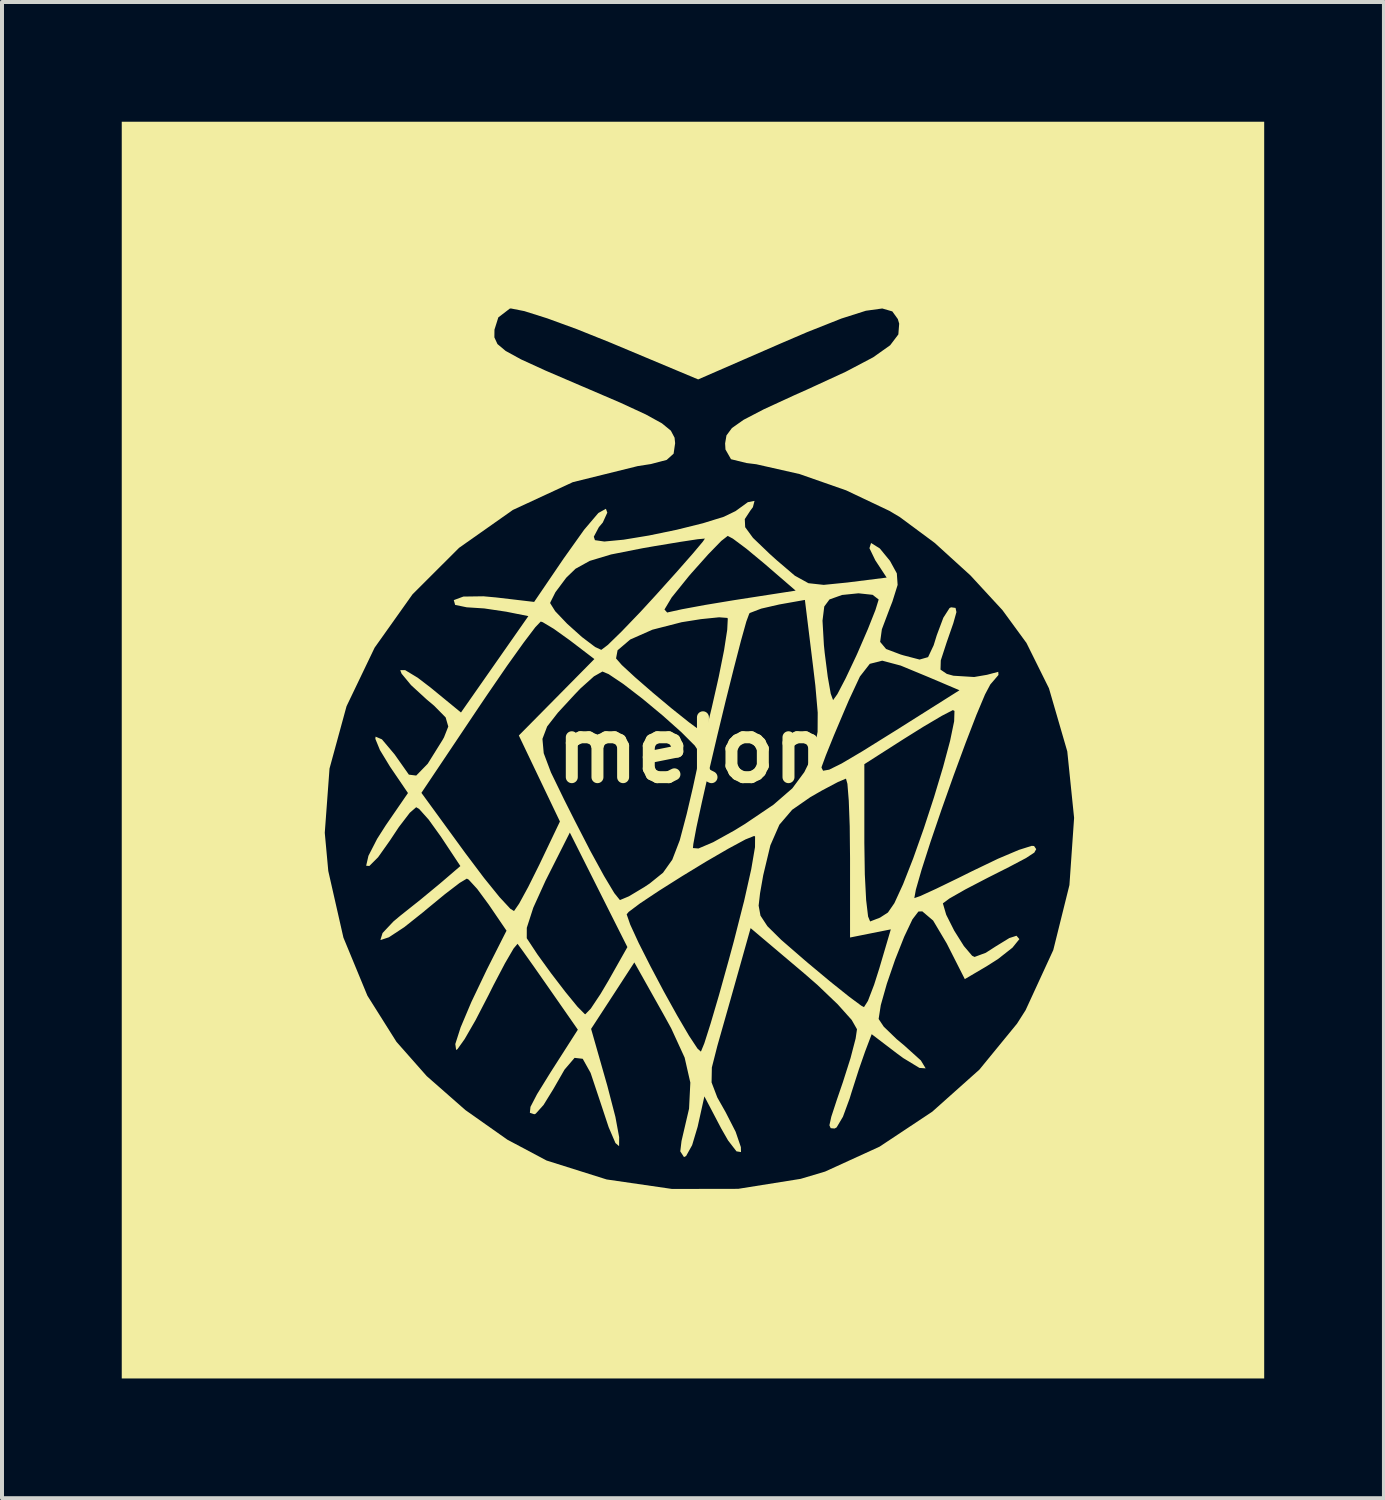
<source format=kicad_pcb>
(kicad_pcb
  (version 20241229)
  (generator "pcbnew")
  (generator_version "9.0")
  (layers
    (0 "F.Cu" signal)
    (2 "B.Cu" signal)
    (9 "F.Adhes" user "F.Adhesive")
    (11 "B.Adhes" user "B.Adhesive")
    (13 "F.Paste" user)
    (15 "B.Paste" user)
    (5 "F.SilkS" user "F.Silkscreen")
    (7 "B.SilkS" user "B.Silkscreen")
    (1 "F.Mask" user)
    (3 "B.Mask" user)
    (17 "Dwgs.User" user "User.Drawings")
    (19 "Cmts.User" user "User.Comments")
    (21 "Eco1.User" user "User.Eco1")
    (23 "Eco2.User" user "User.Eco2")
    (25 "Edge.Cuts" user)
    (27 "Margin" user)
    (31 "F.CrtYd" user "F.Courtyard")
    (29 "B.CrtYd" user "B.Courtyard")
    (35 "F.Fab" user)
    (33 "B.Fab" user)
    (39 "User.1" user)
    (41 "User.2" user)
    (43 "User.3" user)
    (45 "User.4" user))
  (footprint "melon"
    (layer "F.Cu")
    (at 14.31 15.741)
    (property "Reference" "melon" (at 0 0 0) (layer "F.SilkS") (effects (font (size 1.5 1.5) (thickness 0.3))))
    (attr board_only exclude_from_pos_files exclude_from_bom)
    (fp_poly (pts (xy 14.31 0) (xy 14.31 15.741) (xy 0 15.741) (xy -14.31 15.741) (xy -14.31 2.072) (xy -9.224 2.072) (xy -9.136 3.029) (xy -8.757 4.697) (xy -8.156 6.152) (xy -7.427 7.31) (xy -6.67 8.167) (xy -5.701 9.018) (xy -4.649 9.76) (xy -3.667 10.282) (xy -2.163 10.756) (xy -0.525 10.994) (xy 1.133 10.991) (xy 2.698 10.741) (xy 3.309 10.559) (xy 4.674 9.935) (xy 5.994 9.059) (xy 7.174 8.006) (xy 8.118 6.853) (xy 8.333 6.515) (xy 9.026 5.01) (xy 9.431 3.381) (xy 9.548 1.699) (xy 9.377 0.032) (xy 8.918 -1.548) (xy 8.355 -2.683) (xy 7.754 -3.505) (xy 6.95 -4.377) (xy 6.056 -5.19) (xy 5.184 -5.836) (xy 4.923 -5.992) (xy 3.837 -6.507) (xy 2.671 -6.915) (xy 1.585 -7.161) (xy 1.342 -7.191) (xy 0.953 -7.287) (xy 0.814 -7.531) (xy 0.805 -7.683) (xy 0.839 -7.883) (xy 0.977 -8.069) (xy 1.27 -8.275) (xy 1.773 -8.537) (xy 2.537 -8.889) (xy 2.843 -9.025) (xy 3.827 -9.478) (xy 4.514 -9.84) (xy 4.94 -10.142) (xy 5.145 -10.413) (xy 5.166 -10.683) (xy 5.132 -10.798) (xy 4.994 -10.99) (xy 4.742 -11.063) (xy 4.331 -11.006) (xy 3.718 -10.811) (xy 2.856 -10.469) (xy 2.201 -10.188) (xy 0.13 -9.286) (xy -2.062 -10.205) (xy -2.904 -10.543) (xy -3.648 -10.815) (xy -4.224 -10.997) (xy -4.558 -11.063) (xy -4.587 -11.061) (xy -4.876 -10.84) (xy -4.973 -10.532) (xy -4.975 -10.339) (xy -4.898 -10.172) (xy -4.692 -9.999) (xy -4.307 -9.788) (xy -3.693 -9.507) (xy -2.801 -9.124) (xy -2.737 -9.097) (xy -1.819 -8.703) (xy -1.183 -8.409) (xy -0.778 -8.186) (xy -0.554 -8.002) (xy -0.461 -7.826) (xy -0.447 -7.688) (xy -0.485 -7.426) (xy -0.658 -7.27) (xy -1.053 -7.166) (xy -1.386 -7.114) (xy -3.01 -6.712) (xy -4.512 -6.016) (xy -5.861 -5.066) (xy -7.026 -3.902) (xy -7.975 -2.566) (xy -8.679 -1.098) (xy -9.105 0.462) (xy -9.224 2.072) (xy -14.31 2.072) (xy -14.31 0) (xy -14.31 -15.741) (xy 0 -15.741) (xy 14.31 -15.741)) (stroke (width 0) (type solid)) (fill yes) (layer "F.SilkS"))
    (fp_poly (pts (xy 1.501 -6.085) (xy 1.436 -5.998) (xy 1.298 -5.787) (xy 1.308 -5.584) (xy 1.503 -5.317) (xy 1.923 -4.914) (xy 2.102 -4.753) (xy 2.552 -4.369) (xy 2.892 -4.181) (xy 3.276 -4.139) (xy 3.854 -4.197) (xy 3.857 -4.197) (xy 4.852 -4.322) (xy 4.568 -4.754) (xy 4.421 -5.058) (xy 4.461 -5.187) (xy 4.464 -5.187) (xy 4.68 -5.052) (xy 4.935 -4.741) (xy 5.107 -4.427) (xy 5.127 -4.138) (xy 4.996 -3.72) (xy 4.939 -3.575) (xy 4.732 -3.026) (xy 4.689 -2.711) (xy 4.837 -2.533) (xy 5.202 -2.395) (xy 5.275 -2.373) (xy 5.677 -2.268) (xy 5.89 -2.329) (xy 6.03 -2.627) (xy 6.108 -2.879) (xy 6.272 -3.316) (xy 6.428 -3.559) (xy 6.468 -3.577) (xy 6.578 -3.562) (xy 6.6 -3.457) (xy 6.522 -3.178) (xy 6.358 -2.707) (xy 6.208 -2.247) (xy 6.201 -2.016) (xy 6.359 -1.909) (xy 6.524 -1.863) (xy 7.044 -1.831) (xy 7.366 -1.886) (xy 7.648 -1.961) (xy 7.653 -1.882) (xy 7.449 -1.644) (xy 7.316 -1.393) (xy 7.1 -0.879) (xy 6.829 -0.176) (xy 6.529 0.638) (xy 6.227 1.489) (xy 5.951 2.299) (xy 5.728 2.994) (xy 5.584 3.495) (xy 5.545 3.708) (xy 5.693 3.657) (xy 6.088 3.476) (xy 6.661 3.198) (xy 6.995 3.032) (xy 7.643 2.721) (xy 8.165 2.5) (xy 8.485 2.399) (xy 8.545 2.403) (xy 8.599 2.481) (xy 8.551 2.568) (xy 8.344 2.704) (xy 7.92 2.928) (xy 7.379 3.201) (xy 6.826 3.489) (xy 6.426 3.717) (xy 6.261 3.839) (xy 6.261 3.842) (xy 6.344 4.125) (xy 6.545 4.524) (xy 6.787 4.909) (xy 6.993 5.152) (xy 7.054 5.182) (xy 7.335 5.078) (xy 7.592 4.913) (xy 7.925 4.709) (xy 8.105 4.651) (xy 8.177 4.735) (xy 8.003 4.95) (xy 7.642 5.234) (xy 7.354 5.417) (xy 6.81 5.737) (xy 6.356 4.842) (xy 6.016 4.27) (xy 5.745 4.04) (xy 5.648 4.044) (xy 5.498 4.24) (xy 5.291 4.677) (xy 5.064 5.25) (xy 4.856 5.855) (xy 4.705 6.389) (xy 4.651 6.736) (xy 4.779 6.928) (xy 5.103 7.241) (xy 5.289 7.396) (xy 5.709 7.775) (xy 5.829 7.973) (xy 5.674 7.962) (xy 5.267 7.715) (xy 5.112 7.601) (xy 4.477 7.117) (xy 4.313 7.549) (xy 4.156 8) (xy 3.97 8.581) (xy 3.924 8.731) (xy 3.757 9.185) (xy 3.599 9.452) (xy 3.549 9.48) (xy 3.45 9.472) (xy 3.418 9.399) (xy 3.465 9.186) (xy 3.605 8.758) (xy 3.756 8.318) (xy 3.947 7.717) (xy 4.075 7.225) (xy 4.109 6.993) (xy 3.977 6.761) (xy 3.627 6.37) (xy 3.119 5.884) (xy 2.774 5.584) (xy 1.444 4.46) (xy 1.153 5.495) (xy 0.939 6.254) (xy 0.715 7.042) (xy 0.611 7.409) (xy 0.473 7.951) (xy 0.466 8.325) (xy 0.61 8.703) (xy 0.818 9.071) (xy 1.069 9.562) (xy 1.2 9.946) (xy 1.203 10.07) (xy 1.09 10.052) (xy 0.878 9.777) (xy 0.708 9.48) (xy 0.286 8.675) (xy 0.117 9.436) (xy -0.021 9.897) (xy -0.171 10.167) (xy -0.225 10.196) (xy -0.318 10.052) (xy -0.287 9.793) (xy -0.098 8.983) (xy -0.066 8.33) (xy -0.209 7.703) (xy -0.545 6.971) (xy -0.727 6.64) (xy -1.469 5.319) (xy -2.01 6.152) (xy -2.552 6.984) (xy -2.144 8.415) (xy -1.943 9.19) (xy -1.849 9.698) (xy -1.851 9.922) (xy -1.942 9.844) (xy -2.112 9.448) (xy -2.334 8.778) (xy -2.565 8.086) (xy -2.762 7.733) (xy -2.966 7.71) (xy -3.218 8.005) (xy -3.499 8.494) (xy -3.744 8.891) (xy -3.94 9.109) (xy -3.976 9.123) (xy -4.086 9.086) (xy -4.071 8.938) (xy -3.906 8.62) (xy -3.568 8.073) (xy -3.499 7.965) (xy -2.884 7.004) (xy -3.61 5.961) (xy -3.975 5.439) (xy -4.255 5.044) (xy -4.392 4.857) (xy -4.395 4.853) (xy -4.494 4.971) (xy -4.71 5.342) (xy -5.001 5.896) (xy -5.128 6.15) (xy -5.448 6.768) (xy -5.72 7.24) (xy -5.899 7.491) (xy -5.933 7.513) (xy -5.954 7.364) (xy -5.821 6.948) (xy -5.552 6.311) (xy -5.165 5.501) (xy -5.088 5.348) (xy -4.767 4.713) (xy -4.164 4.713) (xy -3.899 5.115) (xy -3.553 5.593) (xy -3.195 6.06) (xy -2.893 6.429) (xy -2.713 6.611) (xy -2.697 6.618) (xy -2.559 6.475) (xy -2.315 6.108) (xy -2.118 5.776) (xy -1.643 4.935) (xy -2.056 4.114) (xy -1.661 4.114) (xy -1.572 4.371) (xy -1.361 4.83) (xy -1.066 5.413) (xy -0.731 6.046) (xy -0.395 6.651) (xy -0.1 7.154) (xy 0.113 7.477) (xy 0.199 7.554) (xy 0.285 7.344) (xy 0.442 6.85) (xy 0.652 6.137) (xy 0.894 5.268) (xy 1.025 4.785) (xy 1.251 3.896) (xy 1.645 3.896) (xy 1.691 4.147) (xy 1.864 4.411) (xy 2.212 4.755) (xy 2.783 5.25) (xy 2.88 5.333) (xy 3.451 5.809) (xy 3.918 6.182) (xy 4.215 6.402) (xy 4.284 6.439) (xy 4.383 6.283) (xy 4.538 5.878) (xy 4.669 5.465) (xy 4.956 4.491) (xy 4.445 4.593) (xy 3.935 4.695) (xy 3.935 2.705) (xy 3.931 2.323) (xy 4.293 2.323) (xy 4.305 3.114) (xy 4.338 3.754) (xy 4.387 4.169) (xy 4.438 4.293) (xy 4.686 4.197) (xy 4.884 4.069) (xy 5.046 3.834) (xy 5.263 3.361) (xy 5.516 2.716) (xy 5.781 1.968) (xy 6.038 1.182) (xy 6.265 0.427) (xy 6.441 -0.23) (xy 6.543 -0.722) (xy 6.551 -0.981) (xy 6.511 -1.002) (xy 6.237 -0.86) (xy 5.77 -0.584) (xy 5.277 -0.276) (xy 4.293 0.353) (xy 4.293 2.323) (xy 3.931 2.323) (xy 3.927 1.91) (xy 3.903 1.266) (xy 3.869 0.845) (xy 3.833 0.715) (xy 3.633 0.799) (xy 3.233 1.011) (xy 2.943 1.177) (xy 2.485 1.495) (xy 2.165 1.869) (xy 1.939 2.386) (xy 1.76 3.134) (xy 1.68 3.589) (xy 1.645 3.896) (xy 1.251 3.896) (xy 1.281 3.781) (xy 1.46 2.983) (xy 1.554 2.431) (xy 1.556 2.167) (xy 1.535 2.15) (xy 1.315 2.238) (xy 0.887 2.469) (xy 0.33 2.792) (xy -0.276 3.161) (xy -0.854 3.526) (xy -1.326 3.84) (xy -1.611 4.054) (xy -1.661 4.114) (xy -2.056 4.114) (xy -2.364 3.501) (xy -3.085 2.066) (xy -3.695 3.275) (xy -4 3.947) (xy -4.163 4.452) (xy -4.164 4.713) (xy -4.767 4.713) (xy -4.671 4.524) (xy -5.115 3.872) (xy -5.406 3.477) (xy -5.619 3.245) (xy -5.666 3.22) (xy -5.846 3.328) (xy -6.217 3.612) (xy -6.703 4.012) (xy -6.742 4.046) (xy -7.231 4.435) (xy -7.617 4.689) (xy -7.822 4.757) (xy -7.829 4.752) (xy -7.776 4.582) (xy -7.503 4.292) (xy -7.332 4.149) (xy -6.823 3.744) (xy -6.35 3.353) (xy -6.271 3.286) (xy -5.827 2.905) (xy -6.315 2.168) (xy -6.621 1.742) (xy -6.859 1.476) (xy -6.934 1.431) (xy -7.094 1.57) (xy -7.368 1.928) (xy -7.592 2.266) (xy -7.888 2.684) (xy -8.107 2.903) (xy -8.187 2.897) (xy -8.13 2.648) (xy -7.912 2.223) (xy -7.697 1.886) (xy -7.14 1.076) (xy -7.143 1.071) (xy -6.803 1.071) (xy -5.699 2.586) (xy -5.235 3.202) (xy -4.845 3.684) (xy -4.576 3.974) (xy -4.483 4.032) (xy -4.355 3.846) (xy -4.127 3.428) (xy -3.852 2.876) (xy -3.333 1.789) (xy -3.848 0.712) (xy -4.322 -0.281) (xy -3.771 -0.281) (xy -3.739 0.078) (xy -3.558 0.56) (xy -3.226 1.243) (xy -2.959 1.773) (xy -2.569 2.53) (xy -2.228 3.153) (xy -1.971 3.582) (xy -1.832 3.755) (xy -1.827 3.756) (xy -1.605 3.663) (xy -1.218 3.431) (xy -1.083 3.341) (xy -0.75 3.072) (xy -0.518 2.745) (xy -0.406 2.454) (xy -0.001 2.454) (xy 0.137 2.465) (xy 0.505 2.308) (xy 1.035 2.014) (xy 1.3 1.852) (xy 2.018 1.367) (xy 2.489 0.958) (xy 2.79 0.551) (xy 2.844 0.441) (xy 3.22 0.441) (xy 3.26 0.517) (xy 3.413 0.49) (xy 3.724 0.336) (xy 4.239 0.032) (xy 5.003 -0.444) (xy 5.063 -0.481) (xy 6.676 -1.499) (xy 5.909 -1.825) (xy 5.204 -2.117) (xy 4.741 -2.24) (xy 4.43 -2.161) (xy 4.182 -1.843) (xy 3.906 -1.251) (xy 3.798 -0.999) (xy 3.53 -0.366) (xy 3.329 0.132) (xy 3.226 0.412) (xy 3.22 0.441) (xy 2.844 0.441) (xy 2.908 0.31) (xy 3.051 -0.076) (xy 3.122 -0.459) (xy 3.125 -0.938) (xy 3.066 -1.615) (xy 3.01 -2.086) (xy 2.868 -3.242) (xy 3.245 -3.242) (xy 3.28 -2.631) (xy 3.3 -2.435) (xy 3.376 -1.838) (xy 3.451 -1.413) (xy 3.51 -1.252) (xy 3.618 -1.403) (xy 3.825 -1.799) (xy 4.09 -2.36) (xy 4.122 -2.431) (xy 4.382 -3.032) (xy 4.571 -3.509) (xy 4.65 -3.765) (xy 4.651 -3.773) (xy 4.5 -3.89) (xy 4.146 -3.928) (xy 3.734 -3.886) (xy 3.42 -3.774) (xy 3.289 -3.597) (xy 3.245 -3.242) (xy 2.868 -3.242) (xy 2.804 -3.762) (xy 2.162 -3.648) (xy 1.709 -3.544) (xy 1.43 -3.437) (xy 1.411 -3.422) (xy 1.337 -3.221) (xy 1.203 -2.742) (xy 1.026 -2.058) (xy 0.821 -1.24) (xy 0.608 -0.36) (xy 0.403 0.512) (xy 0.224 1.302) (xy 0.086 1.939) (xy 0.009 2.352) (xy -0.001 2.454) (xy -0.406 2.454) (xy -0.331 2.259) (xy -0.156 1.597) (xy -0.001 0.934) (xy 0.114 0.401) (xy 0.17 0.097) (xy 0.171 0.076) (xy 0.044 -0.114) (xy -0.291 -0.449) (xy -0.754 -0.862) (xy -1.265 -1.287) (xy -1.745 -1.656) (xy -2.113 -1.903) (xy -2.268 -1.968) (xy -2.481 -1.847) (xy -2.821 -1.542) (xy -2.97 -1.386) (xy -3.386 -0.935) (xy -3.653 -0.592) (xy -3.771 -0.281) (xy -4.322 -0.281) (xy -4.362 -0.366) (xy -3.416 -1.323) (xy -2.47 -2.281) (xy -2.49 -2.296) (xy -1.927 -2.296) (xy -1.783 -2.131) (xy -1.449 -1.823) (xy -1.005 -1.437) (xy -0.529 -1.039) (xy -0.099 -0.696) (xy 0.205 -0.472) (xy 0.305 -0.424) (xy 0.359 -0.604) (xy 0.467 -1.048) (xy 0.608 -1.668) (xy 0.647 -1.843) (xy 0.779 -2.501) (xy 0.858 -3.013) (xy 0.872 -3.289) (xy 0.863 -3.311) (xy 0.655 -3.327) (xy 0.202 -3.281) (xy -0.283 -3.204) (xy -1.016 -3.016) (xy -1.572 -2.77) (xy -1.889 -2.5) (xy -1.927 -2.296) (xy -2.49 -2.296) (xy -3.086 -2.751) (xy -3.487 -3.038) (xy -3.764 -3.204) (xy -3.814 -3.22) (xy -3.949 -3.079) (xy -4.242 -2.692) (xy -4.656 -2.113) (xy -5.151 -1.392) (xy -5.366 -1.074) (xy -6.803 1.071) (xy -7.143 1.071) (xy -7.59 0.414) (xy -7.842 -0.001) (xy -7.957 -0.282) (xy -7.951 -0.337) (xy -7.792 -0.269) (xy -7.476 0.106) (xy -7.117 0.615) (xy -6.933 0.638) (xy -6.645 0.342) (xy -6.272 -0.256) (xy -6.237 -0.319) (xy -6.13 -0.59) (xy -6.196 -0.819) (xy -6.483 -1.11) (xy -6.674 -1.271) (xy -7.063 -1.628) (xy -7.3 -1.915) (xy -7.334 -2.002) (xy -7.212 -2.004) (xy -6.896 -1.813) (xy -6.573 -1.566) (xy -5.812 -0.942) (xy -4.968 -2.149) (xy -4.124 -3.356) (xy -4.678 -3.467) (xy -5.23 -3.549) (xy -5.667 -3.577) (xy -5.958 -3.637) (xy -5.97 -3.68) (xy -3.577 -3.68) (xy -3.452 -3.48) (xy -3.151 -3.164) (xy -2.781 -2.832) (xy -2.452 -2.583) (xy -2.297 -2.511) (xy -2.135 -2.633) (xy -1.792 -2.967) (xy -1.321 -3.457) (xy -1.261 -3.522) (xy -0.714 -3.522) (xy -0.646 -3.446) (xy -0.614 -3.454) (xy -0.278 -3.528) (xy 0.299 -3.635) (xy 1.005 -3.752) (xy 1.152 -3.775) (xy 2.572 -3.995) (xy 1.778 -4.68) (xy 1.334 -5.048) (xy 1 -5.297) (xy 0.871 -5.366) (xy 0.709 -5.24) (xy 0.384 -4.906) (xy -0.037 -4.434) (xy -0.101 -4.36) (xy -0.534 -3.823) (xy -0.714 -3.522) (xy -1.261 -3.522) (xy -0.924 -3.889) (xy -0.41 -4.461) (xy -0.004 -4.923) (xy 0.245 -5.219) (xy 0.3 -5.299) (xy 0.122 -5.283) (xy -0.325 -5.215) (xy -0.959 -5.11) (xy -1.252 -5.059) (xy -2.052 -4.901) (xy -2.586 -4.74) (xy -2.942 -4.543) (xy -3.174 -4.319) (xy -3.446 -3.955) (xy -3.575 -3.697) (xy -3.577 -3.68) (xy -5.97 -3.68) (xy -5.992 -3.757) (xy -5.752 -3.846) (xy -5.249 -3.853) (xy -4.93 -3.824) (xy -3.979 -3.712) (xy -3.242 -4.796) (xy -2.726 -5.521) (xy -2.371 -5.939) (xy -2.181 -6.045) (xy -2.146 -5.949) (xy -2.259 -5.701) (xy -2.358 -5.584) (xy -2.484 -5.346) (xy -2.456 -5.259) (xy -2.221 -5.225) (xy -1.737 -5.271) (xy -1.101 -5.376) (xy -0.406 -5.52) (xy 0.25 -5.683) (xy 0.773 -5.845) (xy 1.068 -5.988) (xy 1.073 -5.992) (xy 1.375 -6.211) (xy 1.542 -6.243)) (stroke (width 0) (type solid)) (fill yes) (layer "F.SilkS")))
  (gr_rect
    (start -3 -3)
    (end 31.62 34.482)
    (stroke (width 0.1) (type default))
    (fill no)
    (layer "Edge.Cuts")))
</source>
